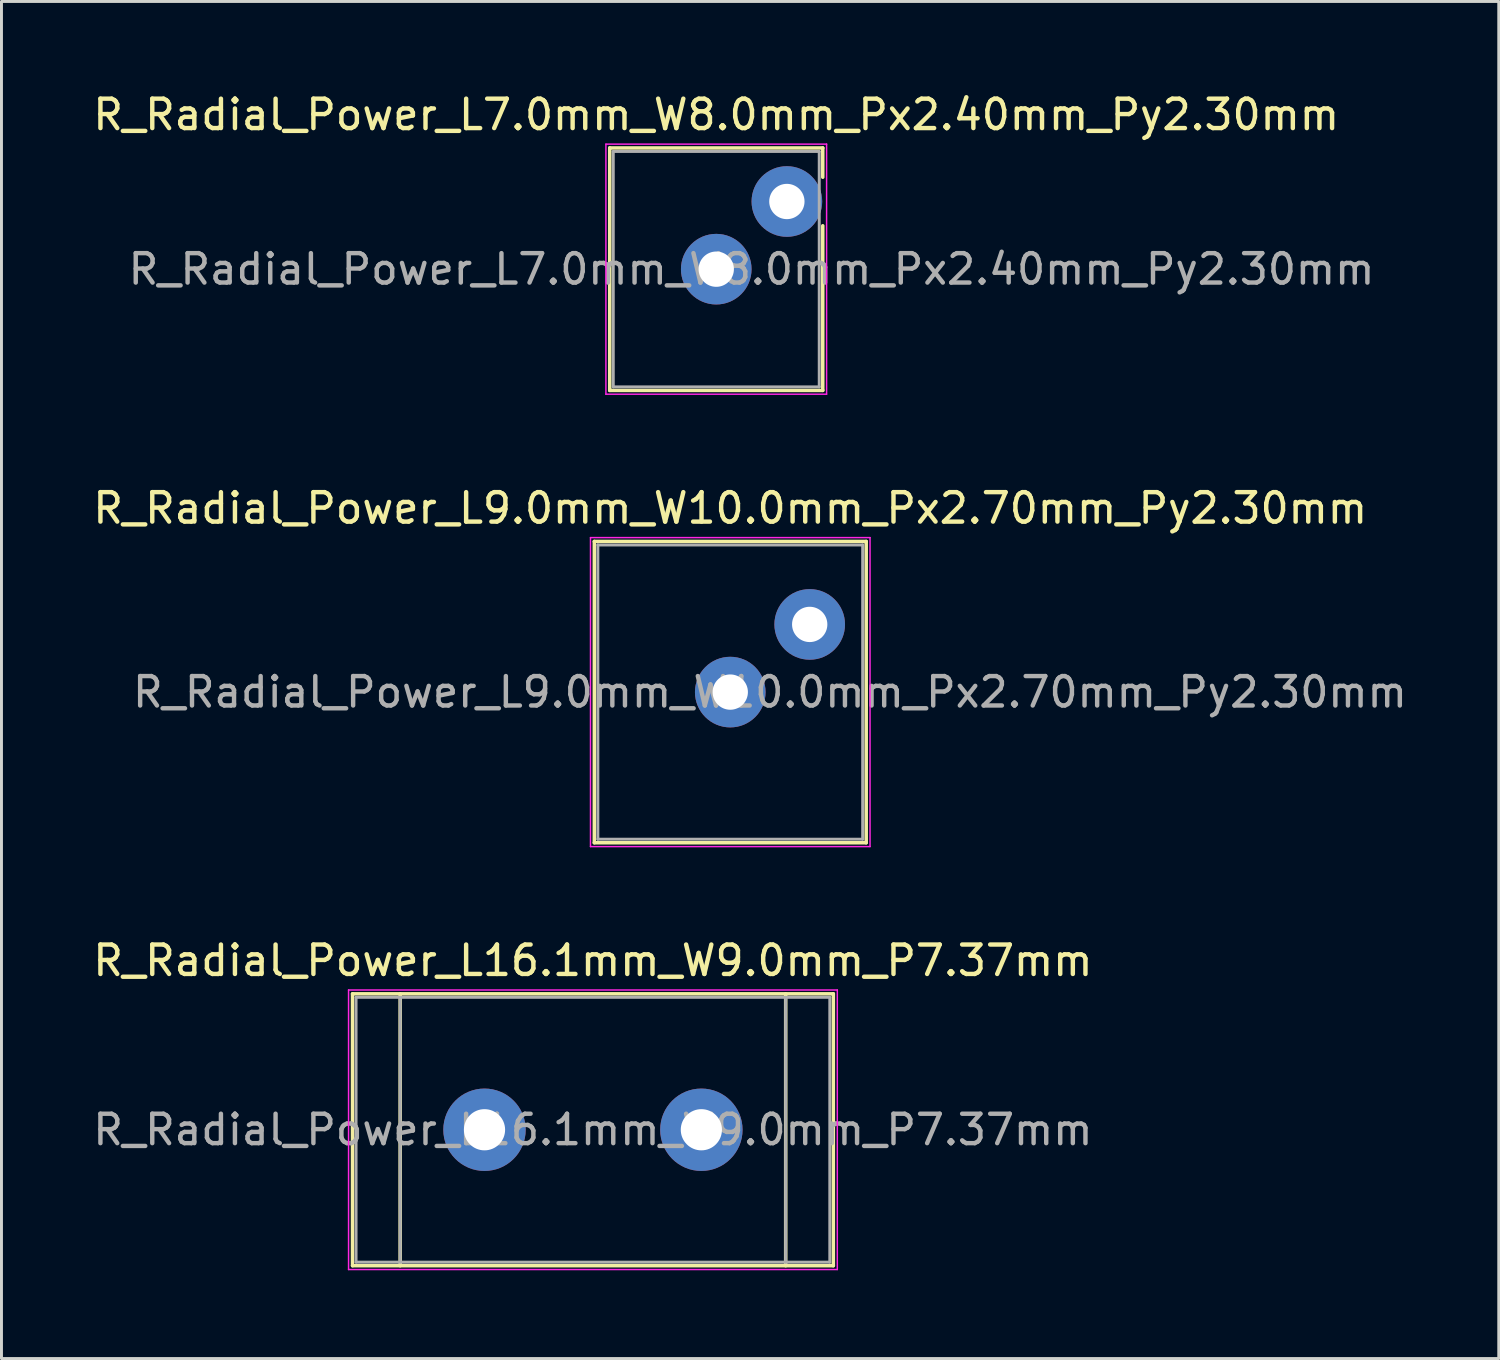
<source format=kicad_pcb>
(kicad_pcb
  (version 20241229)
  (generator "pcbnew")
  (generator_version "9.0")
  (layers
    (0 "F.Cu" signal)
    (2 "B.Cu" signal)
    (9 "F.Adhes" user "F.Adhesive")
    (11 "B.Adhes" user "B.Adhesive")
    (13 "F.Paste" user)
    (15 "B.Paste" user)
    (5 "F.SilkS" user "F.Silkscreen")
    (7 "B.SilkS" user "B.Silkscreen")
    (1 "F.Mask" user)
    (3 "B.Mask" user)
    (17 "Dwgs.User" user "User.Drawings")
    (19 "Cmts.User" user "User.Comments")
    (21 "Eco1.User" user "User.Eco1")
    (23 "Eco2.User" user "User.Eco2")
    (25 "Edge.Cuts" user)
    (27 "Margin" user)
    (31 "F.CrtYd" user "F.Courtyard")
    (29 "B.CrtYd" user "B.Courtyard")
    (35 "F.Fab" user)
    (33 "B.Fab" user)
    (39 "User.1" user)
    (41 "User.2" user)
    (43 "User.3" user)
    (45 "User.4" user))
  (footprint "R_Radial_Power_L9.0mm_W10.0mm_Px2.70mm_Py2.30mm"
    (layer "F.Cu")
    (at 21.768 20.471)
    (property "Reference" "R_Radial_Power_L9.0mm_W10.0mm_Px2.70mm_Py2.30mm" (at 0 -6.25 0) (layer "F.SilkS") (effects (font (size 1 1) (thickness 0.15))))
    (attr through_hole)
    (fp_line (start -4.62 -5.12) (end -4.62 5.12) (stroke (width 0.12) (type solid)) (layer "F.SilkS"))
    (fp_line (start -4.62 -5.12) (end 4.62 -5.12) (stroke (width 0.12) (type solid)) (layer "F.SilkS"))
    (fp_line (start -4.62 5.12) (end 4.62 5.12) (stroke (width 0.12) (type solid)) (layer "F.SilkS"))
    (fp_line (start 4.62 -5.12) (end 4.62 5.12) (stroke (width 0.12) (type solid)) (layer "F.SilkS"))
    (fp_line (start -4.75 -5.25) (end -4.75 5.25) (stroke (width 0.05) (type solid)) (layer "F.CrtYd"))
    (fp_line (start -4.75 5.25) (end 4.75 5.25) (stroke (width 0.05) (type solid)) (layer "F.CrtYd"))
    (fp_line (start 4.75 -5.25) (end -4.75 -5.25) (stroke (width 0.05) (type solid)) (layer "F.CrtYd"))
    (fp_line (start 4.75 5.25) (end 4.75 -5.25) (stroke (width 0.05) (type solid)) (layer "F.CrtYd"))
    (fp_line (start -4.5 -5) (end -4.5 5) (stroke (width 0.1) (type solid)) (layer "F.Fab"))
    (fp_line (start -4.5 5) (end 4.5 5) (stroke (width 0.1) (type solid)) (layer "F.Fab"))
    (fp_line (start 4.5 -5) (end -4.5 -5) (stroke (width 0.1) (type solid)) (layer "F.Fab"))
    (fp_line (start 4.5 5) (end 4.5 -5) (stroke (width 0.1) (type solid)) (layer "F.Fab"))
    (fp_text user "${REFERENCE}" (at 1.35 0 0) (layer "F.Fab") (effects (font (size 1 1) (thickness 0.15))))
    (pad "1" thru_hole circle (at 0 0) (size 2.4 2.4) (drill 1.2) (layers "*.Cu" "*.Mask"))
    (pad "2" thru_hole circle (at 2.7 -2.3) (size 2.4 2.4) (drill 1.2) (layers "*.Cu" "*.Mask")))
  (footprint "R_Radial_Power_L16.1mm_W9.0mm_P7.37mm"
    (layer "F.Cu")
    (at 13.416 35.345)
    (property "Reference" "R_Radial_Power_L16.1mm_W9.0mm_P7.37mm" (at 3.685 -5.75 0) (layer "F.SilkS") (effects (font (size 1 1) (thickness 0.15))))
    (attr through_hole)
    (fp_line (start -4.485 -4.62) (end -4.485 4.62) (stroke (width 0.12) (type solid)) (layer "F.SilkS"))
    (fp_line (start -4.485 -4.62) (end 11.855 -4.62) (stroke (width 0.12) (type solid)) (layer "F.SilkS"))
    (fp_line (start -4.485 4.62) (end 11.855 4.62) (stroke (width 0.12) (type solid)) (layer "F.SilkS"))
    (fp_line (start -2.866 -4.62) (end -2.866 4.62) (stroke (width 0.12) (type solid)) (layer "F.SilkS"))
    (fp_line (start 10.236 -4.62) (end 10.236 4.62) (stroke (width 0.12) (type solid)) (layer "F.SilkS"))
    (fp_line (start 11.855 -4.62) (end 11.855 4.62) (stroke (width 0.12) (type solid)) (layer "F.SilkS"))
    (fp_line (start -4.62 -4.75) (end -4.62 4.75) (stroke (width 0.05) (type solid)) (layer "F.CrtYd"))
    (fp_line (start -4.62 4.75) (end 11.99 4.75) (stroke (width 0.05) (type solid)) (layer "F.CrtYd"))
    (fp_line (start 11.99 -4.75) (end -4.62 -4.75) (stroke (width 0.05) (type solid)) (layer "F.CrtYd"))
    (fp_line (start 11.99 4.75) (end 11.99 -4.75) (stroke (width 0.05) (type solid)) (layer "F.CrtYd"))
    (fp_line (start -4.365 -4.5) (end -4.365 4.5) (stroke (width 0.1) (type solid)) (layer "F.Fab"))
    (fp_line (start -4.365 4.5) (end 11.735 4.5) (stroke (width 0.1) (type solid)) (layer "F.Fab"))
    (fp_line (start -2.865 -4.5) (end -2.865 4.5) (stroke (width 0.1) (type solid)) (layer "F.Fab"))
    (fp_line (start 10.235 -4.5) (end 10.235 4.5) (stroke (width 0.1) (type solid)) (layer "F.Fab"))
    (fp_line (start 11.735 -4.5) (end -4.365 -4.5) (stroke (width 0.1) (type solid)) (layer "F.Fab"))
    (fp_line (start 11.735 4.5) (end 11.735 -4.5) (stroke (width 0.1) (type solid)) (layer "F.Fab"))
    (fp_text user "${REFERENCE}" (at 3.685 0 0) (layer "F.Fab") (effects (font (size 1 1) (thickness 0.15))))
    (pad "1" thru_hole circle (at 0 0) (size 2.8 2.8) (drill 1.4) (layers "*.Cu" "*.Mask"))
    (pad "2" thru_hole circle (at 7.37 0) (size 2.8 2.8) (drill 1.4) (layers "*.Cu" "*.Mask")))
  (footprint "R_Radial_Power_L7.0mm_W8.0mm_Px2.40mm_Py2.30mm"
    (layer "F.Cu")
    (at 21.292 6.098)
    (property "Reference" "R_Radial_Power_L7.0mm_W8.0mm_Px2.40mm_Py2.30mm" (at 0 -5.25 0) (layer "F.SilkS") (effects (font (size 1 1) (thickness 0.15))))
    (attr through_hole)
    (fp_line (start -3.62 -4.12) (end -3.62 4.12) (stroke (width 0.12) (type solid)) (layer "F.SilkS"))
    (fp_line (start -3.62 -4.12) (end 3.62 -4.12) (stroke (width 0.12) (type solid)) (layer "F.SilkS"))
    (fp_line (start -3.62 4.12) (end 3.62 4.12) (stroke (width 0.12) (type solid)) (layer "F.SilkS"))
    (fp_line (start 3.62 -4.12) (end 3.62 -3.125) (stroke (width 0.12) (type solid)) (layer "F.SilkS"))
    (fp_line (start 3.62 -1.475) (end 3.62 4.12) (stroke (width 0.12) (type solid)) (layer "F.SilkS"))
    (fp_line (start -3.75 -4.25) (end -3.75 4.25) (stroke (width 0.05) (type solid)) (layer "F.CrtYd"))
    (fp_line (start -3.75 4.25) (end 3.75 4.25) (stroke (width 0.05) (type solid)) (layer "F.CrtYd"))
    (fp_line (start 3.75 -4.25) (end -3.75 -4.25) (stroke (width 0.05) (type solid)) (layer "F.CrtYd"))
    (fp_line (start 3.75 4.25) (end 3.75 -4.25) (stroke (width 0.05) (type solid)) (layer "F.CrtYd"))
    (fp_line (start -3.5 -4) (end -3.5 4) (stroke (width 0.1) (type solid)) (layer "F.Fab"))
    (fp_line (start -3.5 4) (end 3.5 4) (stroke (width 0.1) (type solid)) (layer "F.Fab"))
    (fp_line (start 3.5 -4) (end -3.5 -4) (stroke (width 0.1) (type solid)) (layer "F.Fab"))
    (fp_line (start 3.5 4) (end 3.5 -4) (stroke (width 0.1) (type solid)) (layer "F.Fab"))
    (fp_text user "${REFERENCE}" (at 1.2 0 0) (layer "F.Fab") (effects (font (size 1 1) (thickness 0.15))))
    (pad "1" thru_hole circle (at 0 0) (size 2.4 2.4) (drill 1.2) (layers "*.Cu" "*.Mask"))
    (pad "2" thru_hole circle (at 2.4 -2.3) (size 2.4 2.4) (drill 1.2) (layers "*.Cu" "*.Mask")))
  (gr_rect
    (start -3 -3)
    (end 47.886 43.12)
    (stroke (width 0.1) (type default))
    (fill no)
    (layer "Edge.Cuts")))
</source>
